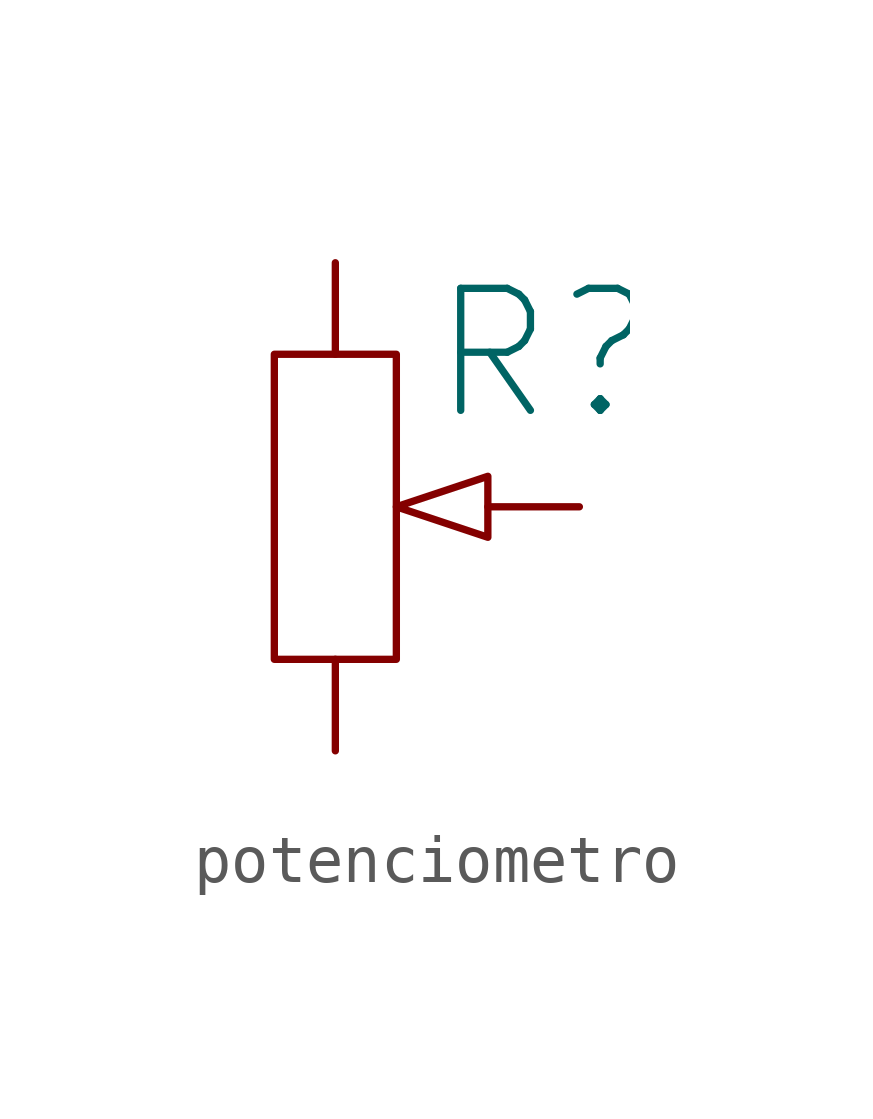
<source format=kicad_sym>
(kicad_symbol_lib
  (version 20220914)
  (generator kicad_symbol_editor)
  (symbol "potenciometro"
    (pin_names
      (offset 1.016))
    (property "Reference" "R"
      (at 1.905 -1.905 0)
      (effects (font (size 2.54 2.54)) (justify left)))
    (symbol "potenciometro_0_1"
      (rectangle (start -1.27 -1.905) (end 1.27 -8.255) (stroke (width 0) (type default)) (fill (type none)))
      (polyline (pts (xy 1.27 -5.08) (xy 3.175 -4.445) (xy 3.175 -5.715) (xy 1.27 -5.08)) (stroke (width 0) (type default)) (fill (type none))))
    (symbol "potenciometro_1_1"
      (pin input line (at 0 -10.16 90) (length 1.905) (name "" (effects (font (size 1.27 1.27)))) (number "" (effects (font (size 1.143 1.143)))))
      (pin input line (at 0 0 270) (length 1.905) (name "" (effects (font (size 1.27 1.27)))) (number "" (effects (font (size 1.143 1.143)))))
      (pin input line (at 5.08 -5.08 180) (length 1.905) (name "" (effects (font (size 1.27 1.27)))) (number "" (effects (font (size 1.143 1.143))))))))
</source>
